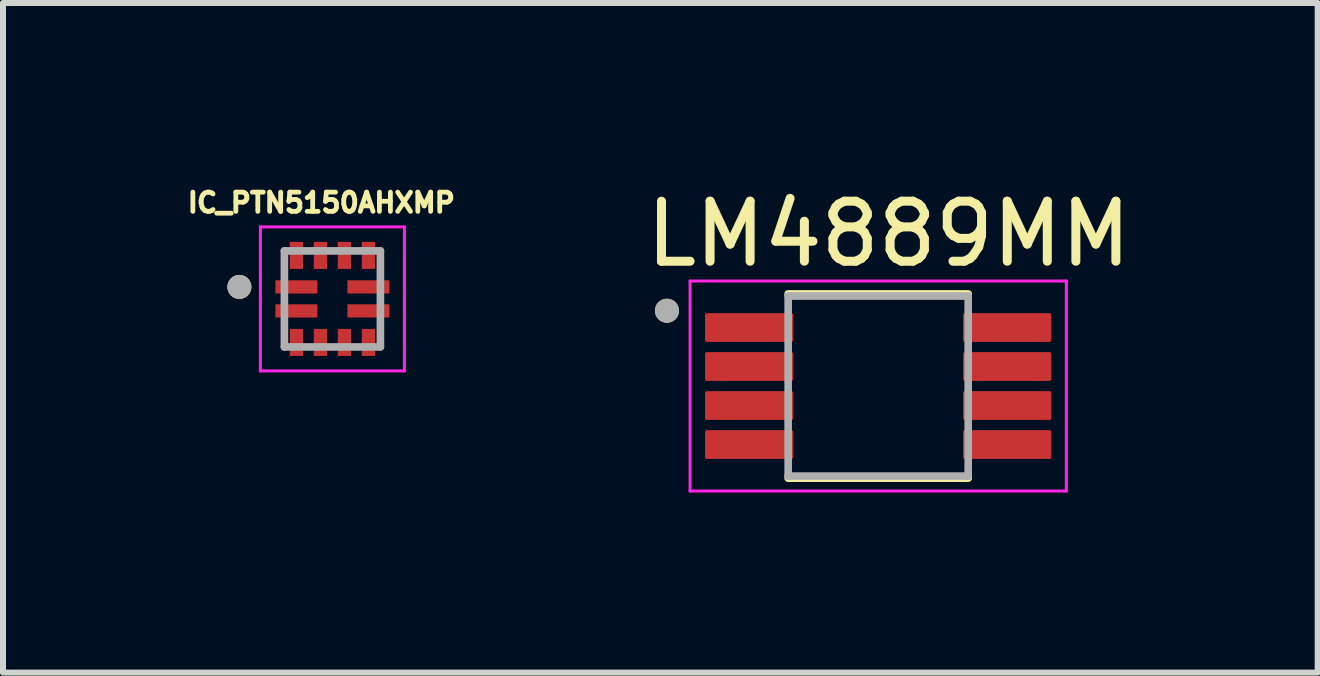
<source format=kicad_pcb>
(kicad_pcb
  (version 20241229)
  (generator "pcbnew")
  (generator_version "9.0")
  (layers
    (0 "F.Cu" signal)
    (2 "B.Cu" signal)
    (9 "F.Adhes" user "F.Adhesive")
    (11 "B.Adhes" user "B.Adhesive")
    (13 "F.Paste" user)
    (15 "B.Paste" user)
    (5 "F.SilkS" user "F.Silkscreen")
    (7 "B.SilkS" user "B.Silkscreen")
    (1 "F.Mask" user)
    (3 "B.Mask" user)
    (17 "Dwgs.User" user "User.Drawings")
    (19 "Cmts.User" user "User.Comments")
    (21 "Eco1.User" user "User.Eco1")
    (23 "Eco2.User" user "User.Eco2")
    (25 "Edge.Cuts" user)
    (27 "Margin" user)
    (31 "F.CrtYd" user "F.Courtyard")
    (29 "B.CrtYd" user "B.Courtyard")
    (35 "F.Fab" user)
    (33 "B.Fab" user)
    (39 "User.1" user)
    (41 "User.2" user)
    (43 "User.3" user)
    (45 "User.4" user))
  (footprint "IC_PTN5150AHXMP"
    (layer "F.Cu")
    (at 2.489 1.931)
    (property "Reference" "IC_PTN5150AHXMP" (at -0.184 -1.603 0) (layer "F.SilkS") (effects (font (size 0.32 0.32) (thickness 0.15))))
    (attr through_hole)
    (fp_poly (pts (xy -1 -0.36) (xy -0.2 -0.36) (xy -0.2 -0.04) (xy -1 -0.04)) (stroke (width 0.01) (type solid)) (fill yes) (layer "F.Mask"))
    (fp_poly (pts (xy -1 0.04) (xy -0.2 0.04) (xy -0.2 0.36) (xy -1 0.36)) (stroke (width 0.01) (type solid)) (fill yes) (layer "F.Mask"))
    (fp_poly (pts (xy -0.76 -1) (xy -0.44 -1) (xy -0.44 -0.45) (xy -0.76 -0.45)) (stroke (width 0.01) (type solid)) (fill yes) (layer "F.Mask"))
    (fp_poly (pts (xy -0.76 0.45) (xy -0.44 0.45) (xy -0.44 1) (xy -0.76 1)) (stroke (width 0.01) (type solid)) (fill yes) (layer "F.Mask"))
    (fp_poly (pts (xy -0.36 -1) (xy -0.04 -1) (xy -0.04 -0.45) (xy -0.36 -0.45)) (stroke (width 0.01) (type solid)) (fill yes) (layer "F.Mask"))
    (fp_poly (pts (xy -0.36 0.45) (xy -0.04 0.45) (xy -0.04 1) (xy -0.36 1)) (stroke (width 0.01) (type solid)) (fill yes) (layer "F.Mask"))
    (fp_poly (pts (xy 0.04 -1) (xy 0.36 -1) (xy 0.36 -0.45) (xy 0.04 -0.45)) (stroke (width 0.01) (type solid)) (fill yes) (layer "F.Mask"))
    (fp_poly (pts (xy 0.04 0.45) (xy 0.36 0.45) (xy 0.36 1) (xy 0.04 1)) (stroke (width 0.01) (type solid)) (fill yes) (layer "F.Mask"))
    (fp_poly (pts (xy 0.2 -0.36) (xy 1 -0.36) (xy 1 -0.04) (xy 0.2 -0.04)) (stroke (width 0.01) (type solid)) (fill yes) (layer "F.Mask"))
    (fp_poly (pts (xy 0.2 0.04) (xy 1 0.04) (xy 1 0.36) (xy 0.2 0.36)) (stroke (width 0.01) (type solid)) (fill yes) (layer "F.Mask"))
    (fp_poly (pts (xy 0.44 -1) (xy 0.76 -1) (xy 0.76 -0.45) (xy 0.44 -0.45)) (stroke (width 0.01) (type solid)) (fill yes) (layer "F.Mask"))
    (fp_poly (pts (xy 0.44 0.45) (xy 0.76 0.45) (xy 0.76 1) (xy 0.44 1)) (stroke (width 0.01) (type solid)) (fill yes) (layer "F.Mask"))
    (fp_circle (center -1.55 -0.2) (end -1.45 -0.2) (stroke (width 0.2) (type solid)) (fill no) (layer "F.SilkS"))
    (fp_poly (pts (xy -0.94 -0.3) (xy -0.26 -0.3) (xy -0.26 -0.1) (xy -0.94 -0.1)) (stroke (width 0.01) (type solid)) (fill yes) (layer "F.Paste"))
    (fp_poly (pts (xy -0.94 0.1) (xy -0.26 0.1) (xy -0.26 0.3) (xy -0.94 0.3)) (stroke (width 0.01) (type solid)) (fill yes) (layer "F.Paste"))
    (fp_poly (pts (xy -0.7 -0.94) (xy -0.5 -0.94) (xy -0.5 -0.51) (xy -0.7 -0.51)) (stroke (width 0.01) (type solid)) (fill yes) (layer "F.Paste"))
    (fp_poly (pts (xy -0.7 0.51) (xy -0.5 0.51) (xy -0.5 0.94) (xy -0.7 0.94)) (stroke (width 0.01) (type solid)) (fill yes) (layer "F.Paste"))
    (fp_poly (pts (xy -0.3 -0.94) (xy -0.1 -0.94) (xy -0.1 -0.51) (xy -0.3 -0.51)) (stroke (width 0.01) (type solid)) (fill yes) (layer "F.Paste"))
    (fp_poly (pts (xy -0.3 0.51) (xy -0.1 0.51) (xy -0.1 0.94) (xy -0.3 0.94)) (stroke (width 0.01) (type solid)) (fill yes) (layer "F.Paste"))
    (fp_poly (pts (xy 0.1 -0.94) (xy 0.3 -0.94) (xy 0.3 -0.51) (xy 0.1 -0.51)) (stroke (width 0.01) (type solid)) (fill yes) (layer "F.Paste"))
    (fp_poly (pts (xy 0.1 0.51) (xy 0.3 0.51) (xy 0.3 0.94) (xy 0.1 0.94)) (stroke (width 0.01) (type solid)) (fill yes) (layer "F.Paste"))
    (fp_poly (pts (xy 0.26 -0.3) (xy 0.94 -0.3) (xy 0.94 -0.1) (xy 0.26 -0.1)) (stroke (width 0.01) (type solid)) (fill yes) (layer "F.Paste"))
    (fp_poly (pts (xy 0.26 0.1) (xy 0.94 0.1) (xy 0.94 0.3) (xy 0.26 0.3)) (stroke (width 0.01) (type solid)) (fill yes) (layer "F.Paste"))
    (fp_poly (pts (xy 0.5 -0.94) (xy 0.7 -0.94) (xy 0.7 -0.51) (xy 0.5 -0.51)) (stroke (width 0.01) (type solid)) (fill yes) (layer "F.Paste"))
    (fp_poly (pts (xy 0.5 0.51) (xy 0.7 0.51) (xy 0.7 0.94) (xy 0.5 0.94)) (stroke (width 0.01) (type solid)) (fill yes) (layer "F.Paste"))
    (fp_line (start -1.2 -1.2) (end -1.2 1.2) (stroke (width 0.05) (type solid)) (layer "F.CrtYd"))
    (fp_line (start -1.2 1.2) (end 1.2 1.2) (stroke (width 0.05) (type solid)) (layer "F.CrtYd"))
    (fp_line (start 1.2 -1.2) (end -1.2 -1.2) (stroke (width 0.05) (type solid)) (layer "F.CrtYd"))
    (fp_line (start 1.2 1.2) (end 1.2 -1.2) (stroke (width 0.05) (type solid)) (layer "F.CrtYd"))
    (fp_line (start -0.8 -0.8) (end 0.8 -0.8) (stroke (width 0.127) (type solid)) (layer "F.Fab"))
    (fp_line (start -0.8 0.8) (end -0.8 -0.8) (stroke (width 0.127) (type solid)) (layer "F.Fab"))
    (fp_line (start 0.8 -0.8) (end 0.8 0.8) (stroke (width 0.127) (type solid)) (layer "F.Fab"))
    (fp_line (start 0.8 0.8) (end -0.8 0.8) (stroke (width 0.127) (type solid)) (layer "F.Fab"))
    (fp_circle (center -1.55 -0.2) (end -1.45 -0.2) (stroke (width 0.2) (type solid)) (fill no) (layer "F.Fab"))
    (pad "1" smd rect (at -0.6 -0.2) (size 0.7 0.22) (layers "F.Cu"))
    (pad "2" smd rect (at -0.6 0.2) (size 0.7 0.22) (layers "F.Cu"))
    (pad "3" smd rect (at -0.6 0.725) (size 0.22 0.45) (layers "F.Cu"))
    (pad "4" smd rect (at -0.2 0.725) (size 0.22 0.45) (layers "F.Cu"))
    (pad "5" smd rect (at 0.2 0.725) (size 0.22 0.45) (layers "F.Cu"))
    (pad "6" smd rect (at 0.6 0.725) (size 0.22 0.45) (layers "F.Cu"))
    (pad "7" smd rect (at 0.6 0.2) (size 0.7 0.22) (layers "F.Cu"))
    (pad "8" smd rect (at 0.6 -0.2) (size 0.7 0.22) (layers "F.Cu"))
    (pad "9" smd rect (at 0.6 -0.725) (size 0.22 0.45) (layers "F.Cu"))
    (pad "10" smd rect (at 0.2 -0.725) (size 0.22 0.45) (layers "F.Cu"))
    (pad "11" smd rect (at -0.2 -0.725) (size 0.22 0.45) (layers "F.Cu"))
    (pad "12" smd rect (at -0.6 -0.725) (size 0.22 0.45) (layers "F.Cu")))
  (footprint "LM4889MM"
    (layer "F.Cu")
    (at 11.584 3.383)
    (property "Reference" "LM4889MM" (at 0.175 -2.535 0) (layer "F.SilkS") (effects (font (size 1 1) (thickness 0.15))))
    (attr through_hole)
    (fp_line (start -1.5 -1.535) (end 1.5 -1.535) (stroke (width 0.127) (type solid)) (layer "F.SilkS"))
    (fp_line (start -1.5 1.535) (end 1.5 1.535) (stroke (width 0.127) (type solid)) (layer "F.SilkS"))
    (fp_circle (center -3.52 -1.255) (end -3.42 -1.255) (stroke (width 0.2) (type solid)) (fill no) (layer "F.SilkS"))
    (fp_line (start -3.135 -1.75) (end -3.135 1.75) (stroke (width 0.05) (type solid)) (layer "F.CrtYd"))
    (fp_line (start -3.135 -1.75) (end 3.135 -1.75) (stroke (width 0.05) (type solid)) (layer "F.CrtYd"))
    (fp_line (start -3.135 1.75) (end 3.135 1.75) (stroke (width 0.05) (type solid)) (layer "F.CrtYd"))
    (fp_line (start 3.135 -1.75) (end 3.135 1.75) (stroke (width 0.05) (type solid)) (layer "F.CrtYd"))
    (fp_line (start -1.5 -1.5) (end -1.5 1.5) (stroke (width 0.127) (type solid)) (layer "F.Fab"))
    (fp_line (start -1.5 -1.5) (end 1.5 -1.5) (stroke (width 0.127) (type solid)) (layer "F.Fab"))
    (fp_line (start -1.5 1.5) (end 1.5 1.5) (stroke (width 0.127) (type solid)) (layer "F.Fab"))
    (fp_line (start 1.5 -1.5) (end 1.5 1.5) (stroke (width 0.127) (type solid)) (layer "F.Fab"))
    (fp_circle (center -3.52 -1.255) (end -3.42 -1.255) (stroke (width 0.2) (type solid)) (fill no) (layer "F.Fab"))
    (pad "1" smd roundrect (at -2.15 -0.975) (size 1.47 0.48) (layers "F.Cu" "F.Mask" "F.Paste") (roundrect_rratio 0.06))
    (pad "2" smd roundrect (at -2.15 -0.325) (size 1.47 0.48) (layers "F.Cu" "F.Mask" "F.Paste") (roundrect_rratio 0.06))
    (pad "3" smd roundrect (at -2.15 0.325) (size 1.47 0.48) (layers "F.Cu" "F.Mask" "F.Paste") (roundrect_rratio 0.06))
    (pad "4" smd roundrect (at -2.15 0.975) (size 1.47 0.48) (layers "F.Cu" "F.Mask" "F.Paste") (roundrect_rratio 0.06))
    (pad "5" smd roundrect (at 2.15 0.975) (size 1.47 0.48) (layers "F.Cu" "F.Mask" "F.Paste") (roundrect_rratio 0.06))
    (pad "6" smd roundrect (at 2.15 0.325) (size 1.47 0.48) (layers "F.Cu" "F.Mask" "F.Paste") (roundrect_rratio 0.06))
    (pad "7" smd roundrect (at 2.15 -0.325) (size 1.47 0.48) (layers "F.Cu" "F.Mask" "F.Paste") (roundrect_rratio 0.06))
    (pad "8" smd roundrect (at 2.15 -0.975) (size 1.47 0.48) (layers "F.Cu" "F.Mask" "F.Paste") (roundrect_rratio 0.06)))
  (gr_rect
    (start -3 -3)
    (end 18.908 8.158)
    (stroke (width 0.1) (type default))
    (fill no)
    (layer "Edge.Cuts")))
</source>
